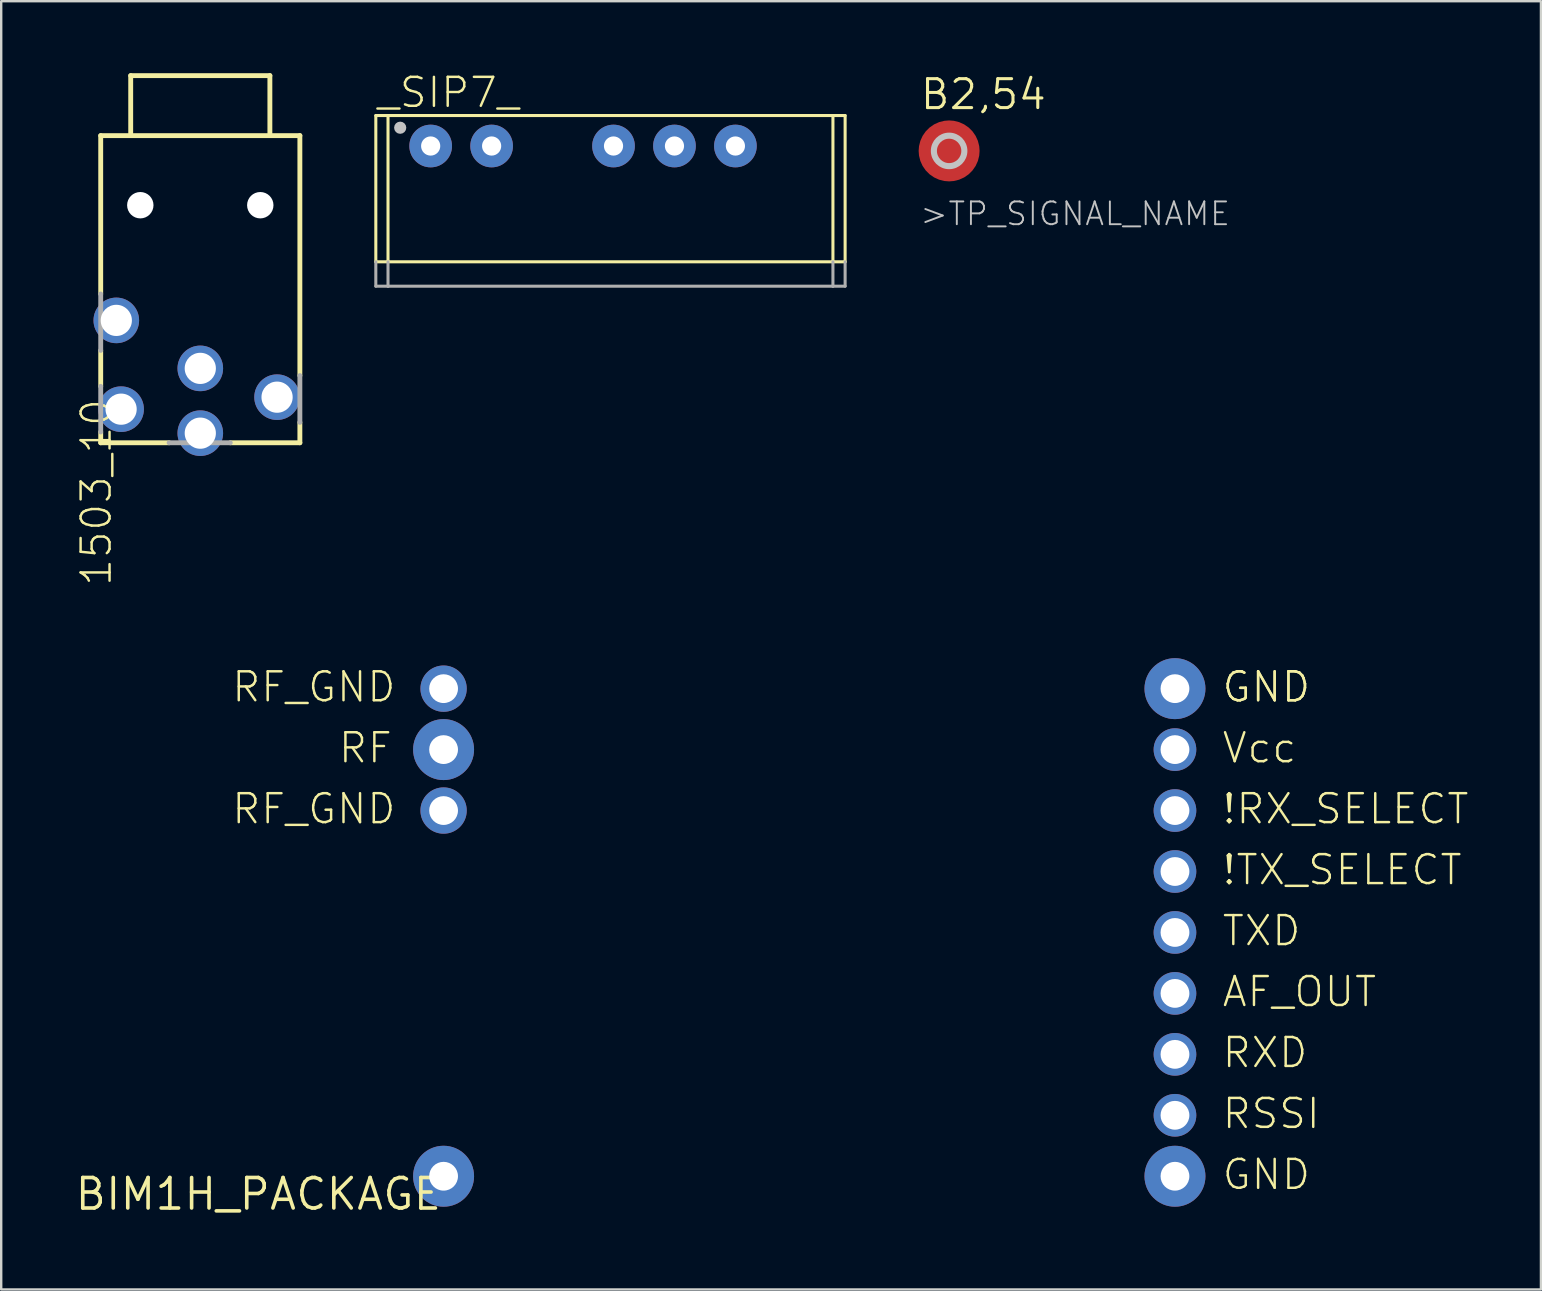
<source format=kicad_pcb>
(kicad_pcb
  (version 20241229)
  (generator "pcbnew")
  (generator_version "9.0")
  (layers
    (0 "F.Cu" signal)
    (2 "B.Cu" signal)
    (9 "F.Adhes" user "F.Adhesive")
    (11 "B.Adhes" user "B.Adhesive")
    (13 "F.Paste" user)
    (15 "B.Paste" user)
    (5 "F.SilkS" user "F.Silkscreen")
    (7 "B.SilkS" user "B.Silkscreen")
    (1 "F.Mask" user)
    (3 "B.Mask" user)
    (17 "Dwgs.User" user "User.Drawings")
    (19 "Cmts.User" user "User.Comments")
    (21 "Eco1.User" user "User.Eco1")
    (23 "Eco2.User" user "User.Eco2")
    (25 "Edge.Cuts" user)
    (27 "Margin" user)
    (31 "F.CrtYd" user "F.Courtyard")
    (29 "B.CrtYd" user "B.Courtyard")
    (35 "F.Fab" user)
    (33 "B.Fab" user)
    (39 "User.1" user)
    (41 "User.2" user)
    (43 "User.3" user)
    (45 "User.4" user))
  (footprint "B2,54"
    (layer "F.Cu")
    (at 36.504 3.239)
    (property "Reference" "B2,54" (at -1.27 -1.651 0) (layer "F.SilkS") (effects (font (size 1.206 1.206) (thickness 0.127)) (justify left bottom)))
    (attr through_hole)
    (fp_line (start -0.635 0) (end 0.635 0) (stroke (width 0.002) (type solid)) (layer "Dwgs.User"))
    (fp_line (start 0 0.635) (end 0 -0.635) (stroke (width 0.002) (type solid)) (layer "Dwgs.User"))
    (fp_circle (center 0 0) (end 0.635 0) (stroke (width 0.254) (type solid)) (fill no) (layer "Dwgs.User"))
    (fp_text user ">TP_SIGNAL_NAME" (at -1.27 3.175 0) (layer "Dwgs.User") (effects (font (size 0.95 0.95) (thickness 0.08)) (justify left bottom)))
    (pad "TP" smd roundrect (at 0 0) (size 2.54 2.54) (layers "F.Cu" "F.Mask") (roundrect_rratio 0.5)))
  (footprint "_SIP7_"
    (layer "F.Cu")
    (at 22.772 5.321)
    (property "Reference" "_SIP7_" (at -10.16 -3.81 0) (layer "F.SilkS") (effects (font (size 1.206 1.206) (thickness 0.102)) (justify left bottom)))
    (attr through_hole)
    (fp_line (start -10.16 -3.556) (end -10.16 2.54) (stroke (width 0.127) (type solid)) (layer "F.SilkS"))
    (fp_line (start -10.16 2.54) (end -9.652 2.54) (stroke (width 0.127) (type solid)) (layer "F.SilkS"))
    (fp_line (start -9.652 -3.556) (end -10.16 -3.556) (stroke (width 0.127) (type solid)) (layer "F.SilkS"))
    (fp_line (start -9.652 -3.556) (end -9.652 2.54) (stroke (width 0.127) (type solid)) (layer "F.SilkS"))
    (fp_line (start -9.652 2.54) (end 8.89 2.54) (stroke (width 0.127) (type solid)) (layer "F.SilkS"))
    (fp_line (start 8.89 -3.556) (end -9.652 -3.556) (stroke (width 0.127) (type solid)) (layer "F.SilkS"))
    (fp_line (start 8.89 -3.556) (end 8.89 2.54) (stroke (width 0.127) (type solid)) (layer "F.SilkS"))
    (fp_line (start 8.89 2.54) (end 9.398 2.54) (stroke (width 0.127) (type solid)) (layer "F.SilkS"))
    (fp_line (start 9.398 -3.556) (end 8.89 -3.556) (stroke (width 0.127) (type solid)) (layer "F.SilkS"))
    (fp_line (start 9.398 2.54) (end 9.398 -3.556) (stroke (width 0.127) (type solid)) (layer "F.SilkS"))
    (fp_circle (center -9.144 -3.048) (end -9.017 -3.048) (stroke (width 0.254) (type solid)) (fill no) (layer "Dwgs.User"))
    (fp_line (start -10.16 2.54) (end -10.16 3.556) (stroke (width 0.127) (type solid)) (layer "F.Fab"))
    (fp_line (start -10.16 3.556) (end -9.652 3.556) (stroke (width 0.127) (type solid)) (layer "F.Fab"))
    (fp_line (start -9.652 2.54) (end -9.652 3.556) (stroke (width 0.127) (type solid)) (layer "F.Fab"))
    (fp_line (start -9.652 3.556) (end 8.89 3.556) (stroke (width 0.127) (type solid)) (layer "F.Fab"))
    (fp_line (start 8.89 2.54) (end 8.89 3.556) (stroke (width 0.127) (type solid)) (layer "F.Fab"))
    (fp_line (start 8.89 3.556) (end 9.398 3.556) (stroke (width 0.127) (type solid)) (layer "F.Fab"))
    (fp_line (start 9.398 3.556) (end 9.398 2.54) (stroke (width 0.127) (type solid)) (layer "F.Fab"))
    (pad "1" thru_hole circle (at -7.874 -2.286) (size 1.778 1.778) (drill 0.8) (layers "*.Cu" "*.Mask"))
    (pad "2" thru_hole circle (at -5.334 -2.286) (size 1.778 1.778) (drill 0.8) (layers "*.Cu" "*.Mask"))
    (pad "4" thru_hole circle (at -0.254 -2.286) (size 1.778 1.778) (drill 0.8) (layers "*.Cu" "*.Mask"))
    (pad "5" thru_hole circle (at 2.286 -2.286) (size 1.778 1.778) (drill 0.8) (layers "*.Cu" "*.Mask"))
    (pad "6" thru_hole circle (at 4.826 -2.286) (size 1.778 1.778) (drill 0.8) (layers "*.Cu" "*.Mask")))
  (footprint "1503_10"
    (layer "F.Cu")
    (at 5.297 2.502)
    (property "Reference" "1503_10" (at -5.04 11 90) (layer "F.SilkS") (effects (font (size 1.206 1.206) (thickness 0.102)) (justify right top)))
    (attr through_hole)
    (fp_line (start -4.15 0.1) (end 4.15 0.1) (stroke (width 0.203) (type solid)) (layer "F.SilkS"))
    (fp_line (start -4.15 6.7) (end -4.15 0.1) (stroke (width 0.203) (type solid)) (layer "F.SilkS"))
    (fp_line (start -4.15 10.55) (end -4.15 9.05) (stroke (width 0.203) (type solid)) (layer "F.SilkS"))
    (fp_line (start -4.15 12.9) (end -4.15 12.45) (stroke (width 0.203) (type solid)) (layer "F.SilkS"))
    (fp_line (start -2.9 -2.4) (end 2.9 -2.4) (stroke (width 0.203) (type solid)) (layer "F.SilkS"))
    (fp_line (start -2.9 0) (end -2.9 -2.4) (stroke (width 0.203) (type solid)) (layer "F.SilkS"))
    (fp_line (start -1.3 12.9) (end -4.15 12.9) (stroke (width 0.203) (type solid)) (layer "F.SilkS"))
    (fp_line (start 2.9 -2.4) (end 2.9 0) (stroke (width 0.203) (type solid)) (layer "F.SilkS"))
    (fp_line (start 4.15 0.1) (end 4.15 10.1) (stroke (width 0.203) (type solid)) (layer "F.SilkS"))
    (fp_line (start 4.15 12.05) (end 4.15 12.9) (stroke (width 0.203) (type solid)) (layer "F.SilkS"))
    (fp_line (start 4.15 12.9) (end 1.25 12.9) (stroke (width 0.203) (type solid)) (layer "F.SilkS"))
    (fp_line (start -4.15 9.05) (end -4.15 6.7) (stroke (width 0.203) (type solid)) (layer "F.Fab"))
    (fp_line (start -4.15 12.45) (end -4.15 10.55) (stroke (width 0.203) (type solid)) (layer "F.Fab"))
    (fp_line (start 1.25 12.9) (end -1.3 12.9) (stroke (width 0.203) (type solid)) (layer "F.Fab"))
    (fp_line (start 4.15 10.1) (end 4.15 12.05) (stroke (width 0.203) (type solid)) (layer "F.Fab"))
    (pad "" np_thru_hole circle (at -2.5 3) (size 1.1 1.1) (drill 1.1) (layers "*.Cu" "*.Mask"))
    (pad "" np_thru_hole circle (at 2.5 3) (size 1.1 1.1) (drill 1.1) (layers "*.Cu" "*.Mask"))
    (pad "1" thru_hole circle (at -3.5 7.8 180) (size 1.9 1.9) (drill 1.3) (layers "*.Cu" "*.Mask"))
    (pad "2" thru_hole circle (at 0 9.8 180) (size 1.9 1.9) (drill 1.3) (layers "*.Cu" "*.Mask"))
    (pad "3" thru_hole circle (at -3.3 11.5 180) (size 1.9 1.9) (drill 1.3) (layers "*.Cu" "*.Mask"))
    (pad "4" thru_hole circle (at 3.2 11 180) (size 1.9 1.9) (drill 1.3) (layers "*.Cu" "*.Mask"))
    (pad "5" thru_hole circle (at 0 12.5 180) (size 1.9 1.9) (drill 1.3) (layers "*.Cu" "*.Mask")))
  (footprint "BIM1H_PACKAGE"
    (layer "F.Cu")
    (at 15.436 45.969)
    (property "Reference" "BIM1H_PACKAGE" (at 0 0 0) (layer "F.SilkS") (effects (font (size 1.27 1.27) (thickness 0.15)) (justify right top)))
    (attr through_hole)
    (fp_text user "!TX_SELECT" (at 32.385 -12.065 0) (layer "F.SilkS") (effects (font (size 1.206 1.206) (thickness 0.102)) (justify left bottom)))
    (fp_text user "!RX_SELECT" (at 32.385 -14.605 0) (layer "F.SilkS") (effects (font (size 1.206 1.206) (thickness 0.102)) (justify left bottom)))
    (fp_text user "RF_GND" (at -8.89 -14.605 0) (layer "F.SilkS") (effects (font (size 1.206 1.206) (thickness 0.102)) (justify left bottom)))
    (fp_text user "GND" (at 32.385 -19.685 0) (layer "F.SilkS") (effects (font (size 1.206 1.206) (thickness 0.102)) (justify left bottom)))
    (fp_text user "RXD" (at 32.385 -4.445 0) (layer "F.SilkS") (effects (font (size 1.206 1.206) (thickness 0.102)) (justify left bottom)))
    (fp_text user "RF" (at -4.445 -17.145 0) (layer "F.SilkS") (effects (font (size 1.206 1.206) (thickness 0.102)) (justify left bottom)))
    (fp_text user "GND" (at 32.385 -19.685 0) (layer "F.SilkS") (effects (font (size 1.206 1.206) (thickness 0.102)) (justify left bottom)))
    (fp_text user "Vcc" (at 32.385 -17.145 0) (layer "F.SilkS") (effects (font (size 1.206 1.206) (thickness 0.102)) (justify left bottom)))
    (fp_text user "RF_GND" (at -8.89 -19.685 0) (layer "F.SilkS") (effects (font (size 1.206 1.206) (thickness 0.102)) (justify left bottom)))
    (fp_text user "TXD" (at 32.385 -9.525 0) (layer "F.SilkS") (effects (font (size 1.206 1.206) (thickness 0.102)) (justify left bottom)))
    (fp_text user "AF_OUT" (at 32.385 -6.985 0) (layer "F.SilkS") (effects (font (size 1.206 1.206) (thickness 0.102)) (justify left bottom)))
    (fp_text user "RSSI" (at 32.385 -1.905 0) (layer "F.SilkS") (effects (font (size 1.206 1.206) (thickness 0.102)) (justify left bottom)))
    (fp_text user "GND" (at 32.385 0.635 0) (layer "F.SilkS") (effects (font (size 1.206 1.206) (thickness 0.102)) (justify left bottom)))
    (pad "!RX_SELECT" thru_hole circle (at 30.48 -15.24) (size 1.778 1.778) (drill 1.2) (layers "*.Cu" "*.Mask"))
    (pad "!TX_SELECT" thru_hole circle (at 30.48 -12.7) (size 1.778 1.778) (drill 1.2) (layers "*.Cu" "*.Mask"))
    (pad "AF_OUT" thru_hole circle (at 30.48 -7.62) (size 1.778 1.778) (drill 1.2) (layers "*.Cu" "*.Mask"))
    (pad "GND" thru_hole circle (at 30.48 -20.32) (size 2.54 2.54) (drill 1.2) (layers "*.Cu" "*.Mask"))
    (pad "GND_" thru_hole circle (at 30.48 0) (size 2.54 2.54) (drill 1.2) (layers "*.Cu" "*.Mask"))
    (pad "P$1" thru_hole circle (at 0 0) (size 2.54 2.54) (drill 1.2) (layers "*.Cu" "*.Mask"))
    (pad "RF" thru_hole circle (at 0 -17.78) (size 2.54 2.54) (drill 1.2) (layers "*.Cu" "*.Mask"))
    (pad "RF_GND" thru_hole circle (at 0 -20.32) (size 1.93 1.93) (drill 1.2) (layers "*.Cu" "*.Mask"))
    (pad "RF_GND_" thru_hole circle (at 0 -15.24) (size 1.93 1.93) (drill 1.2) (layers "*.Cu" "*.Mask"))
    (pad "RSSI" thru_hole circle (at 30.48 -2.54) (size 1.778 1.778) (drill 1.2) (layers "*.Cu" "*.Mask"))
    (pad "RXD" thru_hole circle (at 30.48 -5.08) (size 1.778 1.778) (drill 1.2) (layers "*.Cu" "*.Mask"))
    (pad "TXD" thru_hole circle (at 30.48 -10.16) (size 1.778 1.778) (drill 1.2) (layers "*.Cu" "*.Mask"))
    (pad "VCC" thru_hole circle (at 30.48 -17.78) (size 1.778 1.778) (drill 1.2) (layers "*.Cu" "*.Mask")))
  (gr_rect
    (start -3 -3)
    (end 61.168 50.689)
    (stroke (width 0.1) (type default))
    (fill no)
    (layer "Edge.Cuts")))
</source>
